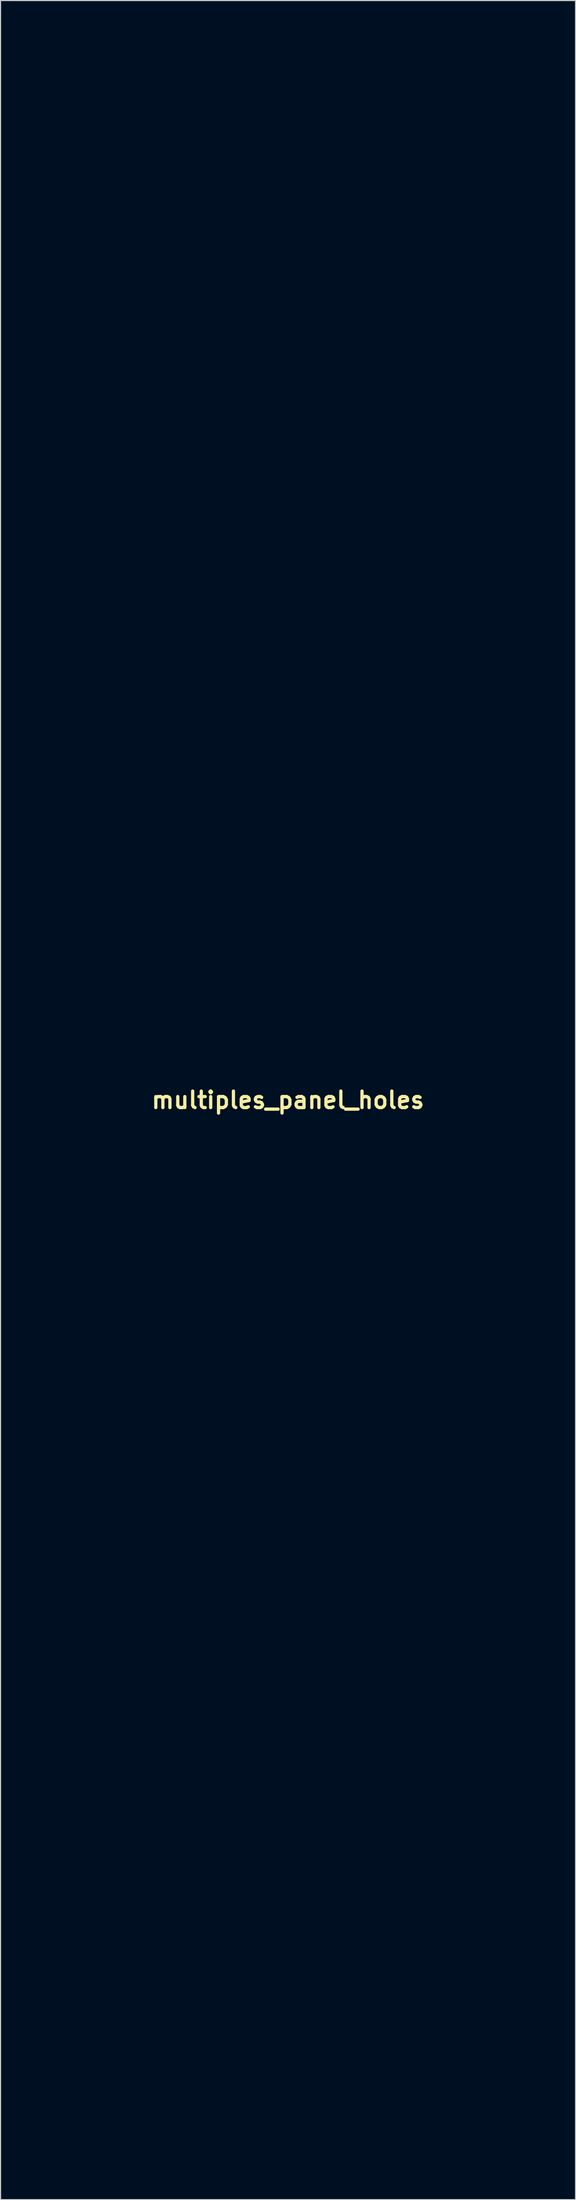
<source format=kicad_pcb>
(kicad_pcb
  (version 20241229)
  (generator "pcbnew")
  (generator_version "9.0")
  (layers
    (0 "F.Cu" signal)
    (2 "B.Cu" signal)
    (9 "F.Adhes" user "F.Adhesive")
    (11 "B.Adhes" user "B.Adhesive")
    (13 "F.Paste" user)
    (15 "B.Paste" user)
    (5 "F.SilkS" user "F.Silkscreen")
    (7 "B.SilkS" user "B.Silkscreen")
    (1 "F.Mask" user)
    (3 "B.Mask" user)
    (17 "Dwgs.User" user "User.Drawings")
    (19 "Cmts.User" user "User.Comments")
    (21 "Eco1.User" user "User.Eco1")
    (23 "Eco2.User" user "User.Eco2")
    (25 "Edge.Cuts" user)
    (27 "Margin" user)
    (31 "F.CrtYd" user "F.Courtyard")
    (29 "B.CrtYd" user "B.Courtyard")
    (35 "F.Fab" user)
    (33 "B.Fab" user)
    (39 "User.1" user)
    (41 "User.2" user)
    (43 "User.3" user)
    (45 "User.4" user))
  (footprint "multiples_panel_holes"
    (layer "F.Cu")
    (at 23.6 98.611)
    (property "Reference" "multiples_panel_holes" (at 0 0 0) (layer "F.SilkS") (effects (font (size 1.524 1.524) (thickness 0.3))))
    (attr through_hole)
    (fp_poly (pts (xy -19.996 -98.605) (xy -19.722 -98.603) (xy -19.462 -98.6) (xy -19.219 -98.597) (xy -19 -98.593) (xy -18.809 -98.587) (xy -18.653 -98.581) (xy -18.535 -98.574) (xy -18.463 -98.566) (xy -18.455 -98.565) (xy -18.194 -98.484) (xy -17.951 -98.36) (xy -17.733 -98.197) (xy -17.545 -98) (xy -17.392 -97.775) (xy -17.278 -97.526) (xy -17.231 -97.364) (xy -17.203 -97.172) (xy -17.199 -96.956) (xy -17.218 -96.737) (xy -17.259 -96.536) (xy -17.28 -96.47) (xy -17.395 -96.219) (xy -17.552 -95.992) (xy -17.746 -95.793) (xy -17.972 -95.626) (xy -18.226 -95.498) (xy -18.288 -95.474) (xy -18.453 -95.415) (xy -20.345 -95.41) (xy -20.71 -95.409) (xy -21.027 -95.409) (xy -21.3 -95.409) (xy -21.533 -95.409) (xy -21.729 -95.411) (xy -21.892 -95.412) (xy -22.025 -95.415) (xy -22.132 -95.418) (xy -22.216 -95.422) (xy -22.281 -95.427) (xy -22.33 -95.433) (xy -22.366 -95.44) (xy -22.377 -95.443) (xy -22.643 -95.538) (xy -22.881 -95.672) (xy -23.089 -95.839) (xy -23.264 -96.034) (xy -23.405 -96.252) (xy -23.508 -96.488) (xy -23.573 -96.738) (xy -23.595 -96.997) (xy -23.574 -97.259) (xy -23.507 -97.521) (xy -23.431 -97.701) (xy -23.289 -97.934) (xy -23.109 -98.141) (xy -22.899 -98.315) (xy -22.664 -98.452) (xy -22.413 -98.546) (xy -22.333 -98.566) (xy -22.268 -98.574) (xy -22.158 -98.581) (xy -22.008 -98.587) (xy -21.823 -98.592) (xy -21.608 -98.597) (xy -21.37 -98.6) (xy -21.112 -98.603) (xy -20.84 -98.605) (xy -20.56 -98.606) (xy -20.277 -98.606) (xy -19.996 -98.605)) (stroke (width 0.01) (type solid)) (fill no) (layer "Eco1.User"))
    (fp_poly (pts (xy 20.762 95.399) (xy 21.038 95.401) (xy 21.302 95.403) (xy 21.55 95.406) (xy 21.776 95.411) (xy 21.976 95.416) (xy 22.143 95.422) (xy 22.273 95.428) (xy 22.36 95.436) (xy 22.391 95.441) (xy 22.66 95.535) (xy 22.902 95.669) (xy 23.113 95.836) (xy 23.292 96.034) (xy 23.435 96.258) (xy 23.54 96.502) (xy 23.602 96.762) (xy 23.62 97.033) (xy 23.59 97.311) (xy 23.585 97.339) (xy 23.506 97.593) (xy 23.384 97.83) (xy 23.224 98.046) (xy 23.032 98.233) (xy 22.814 98.388) (xy 22.575 98.503) (xy 22.365 98.565) (xy 22.301 98.572) (xy 22.192 98.579) (xy 22.043 98.585) (xy 21.859 98.591) (xy 21.645 98.595) (xy 21.407 98.598) (xy 21.15 98.601) (xy 20.879 98.603) (xy 20.599 98.604) (xy 20.316 98.604) (xy 20.035 98.603) (xy 19.761 98.602) (xy 19.499 98.599) (xy 19.255 98.596) (xy 19.034 98.592) (xy 18.842 98.587) (xy 18.682 98.581) (xy 18.562 98.574) (xy 18.485 98.567) (xy 18.471 98.564) (xy 18.216 98.483) (xy 17.977 98.359) (xy 17.761 98.197) (xy 17.574 98.002) (xy 17.421 97.781) (xy 17.308 97.539) (xy 17.259 97.377) (xy 17.233 97.209) (xy 17.223 97.016) (xy 17.231 96.82) (xy 17.255 96.646) (xy 17.26 96.624) (xy 17.346 96.368) (xy 17.475 96.131) (xy 17.643 95.918) (xy 17.842 95.734) (xy 18.069 95.585) (xy 18.318 95.477) (xy 18.447 95.441) (xy 18.508 95.432) (xy 18.615 95.425) (xy 18.762 95.418) (xy 18.943 95.413) (xy 19.155 95.408) (xy 19.391 95.404) (xy 19.647 95.402) (xy 19.917 95.4) (xy 20.196 95.399) (xy 20.48 95.398) (xy 20.762 95.399)) (stroke (width 0.01) (type solid)) (fill no) (layer "Eco1.User"))
    (fp_poly (pts (xy -19.251 95.406) (xy -19.046 95.407) (xy -18.872 95.411) (xy -18.727 95.416) (xy -18.606 95.423) (xy -18.505 95.432) (xy -18.421 95.444) (xy -18.35 95.458) (xy -18.288 95.476) (xy -18.232 95.497) (xy -18.177 95.522) (xy -18.119 95.551) (xy -18.061 95.581) (xy -17.822 95.732) (xy -17.615 95.92) (xy -17.444 96.138) (xy -17.314 96.382) (xy -17.28 96.47) (xy -17.23 96.662) (xy -17.203 96.88) (xy -17.199 97.103) (xy -17.22 97.309) (xy -17.232 97.368) (xy -17.317 97.623) (xy -17.447 97.861) (xy -17.616 98.077) (xy -17.818 98.264) (xy -18.05 98.417) (xy -18.305 98.531) (xy -18.313 98.533) (xy -18.345 98.544) (xy -18.377 98.553) (xy -18.412 98.561) (xy -18.454 98.568) (xy -18.507 98.574) (xy -18.574 98.578) (xy -18.659 98.582) (xy -18.767 98.585) (xy -18.9 98.588) (xy -19.063 98.589) (xy -19.259 98.591) (xy -19.492 98.592) (xy -19.766 98.593) (xy -20.084 98.594) (xy -20.333 98.595) (xy -20.701 98.596) (xy -21.022 98.596) (xy -21.299 98.596) (xy -21.535 98.595) (xy -21.734 98.593) (xy -21.899 98.591) (xy -22.033 98.588) (xy -22.14 98.584) (xy -22.223 98.58) (xy -22.286 98.574) (xy -22.332 98.568) (xy -22.345 98.565) (xy -22.598 98.484) (xy -22.834 98.359) (xy -23.048 98.196) (xy -23.235 98) (xy -23.388 97.777) (xy -23.503 97.532) (xy -23.562 97.326) (xy -23.587 97.132) (xy -23.588 96.916) (xy -23.565 96.702) (xy -23.523 96.52) (xy -23.417 96.266) (xy -23.268 96.035) (xy -23.079 95.831) (xy -22.854 95.657) (xy -22.597 95.518) (xy -22.511 95.482) (xy -22.339 95.415) (xy -20.467 95.408) (xy -20.096 95.407) (xy -19.773 95.406) (xy -19.492 95.405) (xy -19.251 95.406)) (stroke (width 0.01) (type solid)) (fill no) (layer "Eco1.User"))
    (fp_poly (pts (xy 13.194 45.047) (xy 13.658 45.129) (xy 13.754 45.152) (xy 14.216 45.294) (xy 14.662 45.483) (xy 15.09 45.715) (xy 15.496 45.988) (xy 15.874 46.298) (xy 16.221 46.643) (xy 16.533 47.019) (xy 16.791 47.4) (xy 17.025 47.833) (xy 17.215 48.287) (xy 17.36 48.757) (xy 17.458 49.24) (xy 17.51 49.73) (xy 17.513 50.222) (xy 17.468 50.713) (xy 17.422 50.983) (xy 17.3 51.464) (xy 17.131 51.928) (xy 16.918 52.372) (xy 16.662 52.793) (xy 16.366 53.188) (xy 16.031 53.553) (xy 15.661 53.886) (xy 15.256 54.183) (xy 15.253 54.185) (xy 14.824 54.438) (xy 14.375 54.644) (xy 13.908 54.804) (xy 13.426 54.916) (xy 12.93 54.981) (xy 12.423 54.997) (xy 12.192 54.988) (xy 11.702 54.934) (xy 11.223 54.832) (xy 10.76 54.683) (xy 10.314 54.49) (xy 9.889 54.255) (xy 9.488 53.979) (xy 9.114 53.664) (xy 8.771 53.312) (xy 8.46 52.926) (xy 8.191 52.514) (xy 7.966 52.083) (xy 7.786 51.633) (xy 7.652 51.168) (xy 7.564 50.694) (xy 7.521 50.214) (xy 7.523 49.873) (xy 10.02 49.873) (xy 10.02 50.127) (xy 12.395 50.14) (xy 12.395 52.502) (xy 12.649 52.502) (xy 12.649 50.14) (xy 15.011 50.14) (xy 15.011 49.86) (xy 12.649 49.86) (xy 12.649 47.498) (xy 12.395 47.498) (xy 12.395 49.86) (xy 11.208 49.866) (xy 10.02 49.873) (xy 7.523 49.873) (xy 7.523 49.732) (xy 7.572 49.252) (xy 7.665 48.778) (xy 7.804 48.315) (xy 7.989 47.867) (xy 8.191 47.486) (xy 8.469 47.062) (xy 8.783 46.672) (xy 9.132 46.318) (xy 9.512 46.001) (xy 9.921 45.724) (xy 10.357 45.489) (xy 10.816 45.297) (xy 11.296 45.15) (xy 11.303 45.148) (xy 11.76 45.058) (xy 12.235 45.011) (xy 12.716 45.007) (xy 13.194 45.047)) (stroke (width 0.01) (type solid)) (fill no) (layer "Eco1.User"))
    (fp_poly (pts (xy -12.031 -4.983) (xy -11.543 -4.913) (xy -11.306 -4.861) (xy -10.827 -4.718) (xy -10.369 -4.53) (xy -9.934 -4.299) (xy -9.525 -4.027) (xy -9.145 -3.717) (xy -8.797 -3.371) (xy -8.484 -2.992) (xy -8.208 -2.581) (xy -8 -2.197) (xy -7.803 -1.735) (xy -7.654 -1.262) (xy -7.553 -0.782) (xy -7.499 -0.299) (xy -7.493 0.186) (xy -7.534 0.668) (xy -7.622 1.144) (xy -7.755 1.61) (xy -7.934 2.064) (xy -8.159 2.502) (xy -8.429 2.92) (xy -8.604 3.15) (xy -8.725 3.291) (xy -8.876 3.449) (xy -9.042 3.613) (xy -9.213 3.772) (xy -9.376 3.912) (xy -9.487 4) (xy -9.9 4.279) (xy -10.336 4.513) (xy -10.793 4.704) (xy -11.266 4.848) (xy -11.751 4.946) (xy -12.245 4.995) (xy -12.744 4.996) (xy -13.027 4.975) (xy -13.51 4.899) (xy -13.979 4.777) (xy -14.431 4.609) (xy -14.865 4.399) (xy -15.276 4.149) (xy -15.661 3.862) (xy -16.018 3.539) (xy -16.344 3.184) (xy -16.634 2.799) (xy -16.887 2.386) (xy -17.099 1.948) (xy -17.234 1.593) (xy -17.369 1.112) (xy -17.454 0.626) (xy -17.491 0.138) (xy -17.485 -0.127) (xy -14.986 -0.127) (xy -14.986 0.127) (xy -12.624 0.127) (xy -12.624 2.489) (xy -12.37 2.489) (xy -12.37 0.127) (xy -9.982 0.127) (xy -9.982 -0.127) (xy -12.37 -0.127) (xy -12.37 -2.489) (xy -12.624 -2.489) (xy -12.624 -0.127) (xy -14.986 -0.127) (xy -17.485 -0.127) (xy -17.481 -0.348) (xy -17.423 -0.828) (xy -17.32 -1.301) (xy -17.172 -1.761) (xy -16.979 -2.206) (xy -16.743 -2.631) (xy -16.464 -3.035) (xy -16.143 -3.413) (xy -16.04 -3.519) (xy -15.67 -3.856) (xy -15.274 -4.151) (xy -14.853 -4.404) (xy -14.413 -4.614) (xy -13.956 -4.78) (xy -13.486 -4.901) (xy -13.006 -4.976) (xy -12.52 -5.003) (xy -12.031 -4.983)) (stroke (width 0.01) (type solid)) (fill no) (layer "Eco1.User"))
    (fp_poly (pts (xy 21.551 -98.599) (xy 21.756 -98.597) (xy 21.93 -98.594) (xy 22.075 -98.589) (xy 22.197 -98.581) (xy 22.298 -98.572) (xy 22.382 -98.56) (xy 22.454 -98.545) (xy 22.517 -98.528) (xy 22.575 -98.507) (xy 22.631 -98.483) (xy 22.69 -98.454) (xy 22.72 -98.44) (xy 22.95 -98.299) (xy 23.155 -98.121) (xy 23.33 -97.911) (xy 23.467 -97.678) (xy 23.562 -97.43) (xy 23.585 -97.339) (xy 23.619 -97.06) (xy 23.606 -96.788) (xy 23.548 -96.527) (xy 23.447 -96.281) (xy 23.308 -96.055) (xy 23.133 -95.855) (xy 22.924 -95.684) (xy 22.685 -95.547) (xy 22.419 -95.449) (xy 22.391 -95.441) (xy 22.334 -95.434) (xy 22.232 -95.426) (xy 22.089 -95.42) (xy 21.91 -95.415) (xy 21.701 -95.41) (xy 21.467 -95.407) (xy 21.214 -95.404) (xy 20.945 -95.402) (xy 20.666 -95.401) (xy 20.383 -95.4) (xy 20.101 -95.401) (xy 19.824 -95.402) (xy 19.558 -95.405) (xy 19.307 -95.408) (xy 19.078 -95.412) (xy 18.875 -95.416) (xy 18.704 -95.422) (xy 18.569 -95.428) (xy 18.475 -95.436) (xy 18.435 -95.442) (xy 18.182 -95.529) (xy 17.946 -95.659) (xy 17.733 -95.828) (xy 17.55 -96.028) (xy 17.402 -96.255) (xy 17.295 -96.503) (xy 17.259 -96.629) (xy 17.233 -96.796) (xy 17.223 -96.987) (xy 17.231 -97.181) (xy 17.254 -97.355) (xy 17.26 -97.381) (xy 17.344 -97.629) (xy 17.473 -97.863) (xy 17.64 -98.075) (xy 17.84 -98.261) (xy 18.069 -98.413) (xy 18.32 -98.527) (xy 18.339 -98.533) (xy 18.371 -98.544) (xy 18.403 -98.553) (xy 18.438 -98.561) (xy 18.481 -98.568) (xy 18.534 -98.574) (xy 18.603 -98.579) (xy 18.689 -98.582) (xy 18.799 -98.586) (xy 18.934 -98.588) (xy 19.098 -98.59) (xy 19.297 -98.592) (xy 19.533 -98.594) (xy 19.81 -98.595) (xy 20.132 -98.596) (xy 20.336 -98.597) (xy 20.707 -98.599) (xy 21.03 -98.6) (xy 21.31 -98.6) (xy 21.551 -98.599)) (stroke (width 0.01) (type solid)) (fill no) (layer "Eco1.User"))
    (fp_poly (pts (xy -11.963 -29.972) (xy -11.464 -29.897) (xy -11.443 -29.892) (xy -11.024 -29.783) (xy -10.603 -29.63) (xy -10.19 -29.437) (xy -9.794 -29.21) (xy -9.427 -28.953) (xy -9.33 -28.876) (xy -8.957 -28.539) (xy -8.623 -28.17) (xy -8.328 -27.771) (xy -8.074 -27.346) (xy -7.864 -26.896) (xy -7.697 -26.425) (xy -7.577 -25.936) (xy -7.52 -25.578) (xy -7.495 -25.266) (xy -7.493 -24.925) (xy -7.512 -24.572) (xy -7.552 -24.223) (xy -7.612 -23.895) (xy -7.631 -23.812) (xy -7.771 -23.339) (xy -7.956 -22.889) (xy -8.18 -22.463) (xy -8.443 -22.065) (xy -8.74 -21.695) (xy -9.07 -21.356) (xy -9.428 -21.05) (xy -9.814 -20.779) (xy -10.223 -20.544) (xy -10.653 -20.349) (xy -11.101 -20.194) (xy -11.565 -20.082) (xy -12.041 -20.015) (xy -12.526 -19.995) (xy -12.954 -20.017) (xy -13.446 -20.089) (xy -13.925 -20.209) (xy -14.387 -20.374) (xy -14.83 -20.582) (xy -15.25 -20.831) (xy -15.643 -21.12) (xy -16.008 -21.445) (xy -16.34 -21.806) (xy -16.636 -22.199) (xy -16.894 -22.622) (xy -16.899 -22.631) (xy -17.111 -23.079) (xy -17.277 -23.541) (xy -17.395 -24.012) (xy -17.467 -24.49) (xy -17.492 -24.971) (xy -17.485 -25.121) (xy -14.986 -25.121) (xy -14.986 -24.867) (xy -12.624 -24.867) (xy -12.624 -22.504) (xy -12.37 -22.504) (xy -12.37 -24.867) (xy -9.982 -24.867) (xy -9.982 -25.12) (xy -12.357 -25.133) (xy -12.364 -26.321) (xy -12.37 -27.508) (xy -12.624 -27.508) (xy -12.624 -25.121) (xy -14.986 -25.121) (xy -17.485 -25.121) (xy -17.471 -25.451) (xy -17.404 -25.927) (xy -17.292 -26.395) (xy -17.135 -26.852) (xy -16.933 -27.295) (xy -16.687 -27.719) (xy -16.398 -28.122) (xy -16.328 -28.207) (xy -15.99 -28.573) (xy -15.622 -28.901) (xy -15.226 -29.187) (xy -14.807 -29.433) (xy -14.367 -29.636) (xy -13.909 -29.795) (xy -13.436 -29.909) (xy -12.952 -29.977) (xy -12.46 -29.999) (xy -11.963 -29.972)) (stroke (width 0.01) (type solid)) (fill no) (layer "Eco1.User"))
    (fp_poly (pts (xy 12.959 20.017) (xy 13.443 20.084) (xy 13.805 20.167) (xy 14.278 20.318) (xy 14.727 20.512) (xy 15.148 20.746) (xy 15.541 21.016) (xy 15.904 21.32) (xy 16.234 21.655) (xy 16.531 22.019) (xy 16.793 22.408) (xy 17.017 22.82) (xy 17.202 23.252) (xy 17.346 23.701) (xy 17.448 24.164) (xy 17.506 24.639) (xy 17.517 25.122) (xy 17.482 25.612) (xy 17.422 25.984) (xy 17.301 26.463) (xy 17.134 26.922) (xy 16.925 27.36) (xy 16.675 27.775) (xy 16.387 28.162) (xy 16.064 28.52) (xy 15.709 28.846) (xy 15.323 29.137) (xy 14.91 29.39) (xy 14.471 29.604) (xy 14.011 29.774) (xy 13.703 29.86) (xy 13.341 29.931) (xy 12.952 29.976) (xy 12.554 29.996) (xy 12.164 29.987) (xy 11.84 29.956) (xy 11.352 29.865) (xy 10.878 29.726) (xy 10.422 29.541) (xy 9.987 29.312) (xy 9.575 29.042) (xy 9.191 28.731) (xy 8.836 28.383) (xy 8.513 27.998) (xy 8.343 27.76) (xy 8.239 27.592) (xy 8.128 27.391) (xy 8.017 27.172) (xy 7.913 26.949) (xy 7.825 26.738) (xy 7.76 26.562) (xy 7.633 26.091) (xy 7.553 25.605) (xy 7.518 25.113) (xy 7.524 24.867) (xy 10.008 24.867) (xy 10.008 25.12) (xy 11.195 25.127) (xy 12.383 25.133) (xy 12.396 27.508) (xy 12.649 27.508) (xy 12.649 25.121) (xy 15.011 25.121) (xy 15.011 24.867) (xy 12.649 24.867) (xy 12.649 22.504) (xy 12.395 22.504) (xy 12.395 24.867) (xy 10.008 24.867) (xy 7.524 24.867) (xy 7.53 24.62) (xy 7.59 24.133) (xy 7.656 23.812) (xy 7.797 23.338) (xy 7.981 22.887) (xy 8.204 22.463) (xy 8.464 22.067) (xy 8.759 21.7) (xy 9.084 21.364) (xy 9.438 21.061) (xy 9.818 20.792) (xy 10.221 20.56) (xy 10.644 20.365) (xy 11.084 20.21) (xy 11.538 20.096) (xy 12.004 20.024) (xy 12.479 19.998) (xy 12.959 20.017)) (stroke (width 0.01) (type solid)) (fill no) (layer "Eco1.User"))
    (fp_poly (pts (xy -11.968 70.026) (xy -11.484 70.099) (xy -11.007 70.22) (xy -10.922 70.247) (xy -10.738 70.315) (xy -10.528 70.404) (xy -10.307 70.508) (xy -10.09 70.618) (xy -9.891 70.729) (xy -9.729 70.829) (xy -9.319 71.134) (xy -8.947 71.473) (xy -8.613 71.843) (xy -8.319 72.242) (xy -8.067 72.668) (xy -7.857 73.118) (xy -7.692 73.589) (xy -7.573 74.08) (xy -7.52 74.421) (xy -7.495 74.734) (xy -7.493 75.075) (xy -7.512 75.428) (xy -7.552 75.776) (xy -7.612 76.104) (xy -7.631 76.187) (xy -7.771 76.661) (xy -7.956 77.111) (xy -8.18 77.537) (xy -8.443 77.935) (xy -8.74 78.305) (xy -9.07 78.644) (xy -9.428 78.95) (xy -9.814 79.221) (xy -10.223 79.456) (xy -10.653 79.651) (xy -11.101 79.806) (xy -11.565 79.918) (xy -12.041 79.985) (xy -12.527 80.005) (xy -12.954 79.982) (xy -13.445 79.911) (xy -13.922 79.792) (xy -14.38 79.63) (xy -14.818 79.425) (xy -15.232 79.181) (xy -15.62 78.899) (xy -15.979 78.582) (xy -16.307 78.232) (xy -16.6 77.851) (xy -16.857 77.442) (xy -17.073 77.007) (xy -17.248 76.549) (xy -17.32 76.302) (xy -17.428 75.804) (xy -17.485 75.307) (xy -17.49 74.879) (xy -14.986 74.879) (xy -14.986 75.133) (xy -12.624 75.133) (xy -12.624 77.495) (xy -12.37 77.495) (xy -12.37 75.133) (xy -9.982 75.133) (xy -9.982 74.88) (xy -12.357 74.867) (xy -12.364 73.679) (xy -12.37 72.492) (xy -12.624 72.492) (xy -12.624 74.879) (xy -14.986 74.879) (xy -17.49 74.879) (xy -17.491 74.812) (xy -17.446 74.317) (xy -17.351 73.824) (xy -17.231 73.412) (xy -17.05 72.945) (xy -16.824 72.502) (xy -16.556 72.087) (xy -16.247 71.7) (xy -15.898 71.343) (xy -15.509 71.017) (xy -15.215 70.808) (xy -14.796 70.562) (xy -14.355 70.359) (xy -13.896 70.201) (xy -13.424 70.089) (xy -12.942 70.021) (xy -12.455 70) (xy -11.968 70.026)) (stroke (width 0.01) (type solid)) (fill no) (layer "Eco1.User"))
    (fp_poly (pts (xy 12.878 -4.989) (xy 13.354 -4.931) (xy 13.82 -4.828) (xy 14.273 -4.681) (xy 14.709 -4.493) (xy 15.125 -4.264) (xy 15.519 -3.996) (xy 15.887 -3.691) (xy 16.227 -3.35) (xy 16.535 -2.974) (xy 16.809 -2.565) (xy 17.041 -2.134) (xy 17.229 -1.68) (xy 17.37 -1.212) (xy 17.464 -0.734) (xy 17.511 -0.248) (xy 17.511 0.24) (xy 17.464 0.726) (xy 17.37 1.206) (xy 17.229 1.676) (xy 17.044 2.126) (xy 16.81 2.564) (xy 16.537 2.972) (xy 16.229 3.347) (xy 15.889 3.689) (xy 15.52 3.995) (xy 15.124 4.264) (xy 14.705 4.494) (xy 14.267 4.684) (xy 13.811 4.831) (xy 13.341 4.934) (xy 12.861 4.991) (xy 12.373 5.001) (xy 11.913 4.965) (xy 11.544 4.907) (xy 11.197 4.826) (xy 10.853 4.717) (xy 10.543 4.595) (xy 10.119 4.389) (xy 9.711 4.138) (xy 9.325 3.845) (xy 8.965 3.516) (xy 8.637 3.154) (xy 8.345 2.764) (xy 8.307 2.705) (xy 8.14 2.424) (xy 7.984 2.108) (xy 7.843 1.772) (xy 7.725 1.434) (xy 7.636 1.109) (xy 7.621 1.038) (xy 7.573 0.779) (xy 7.541 0.535) (xy 7.524 0.285) (xy 7.518 0.007) (xy 7.518 0) (xy 7.522 -0.127) (xy 10.008 -0.127) (xy 10.008 0.127) (xy 12.395 0.127) (xy 12.395 2.489) (xy 12.649 2.489) (xy 12.649 0.127) (xy 15.011 0.127) (xy 15.011 -0.127) (xy 12.649 -0.127) (xy 12.649 -2.489) (xy 12.395 -2.489) (xy 12.395 -0.127) (xy 10.008 -0.127) (xy 7.522 -0.127) (xy 7.53 -0.389) (xy 7.569 -0.751) (xy 7.636 -1.105) (xy 7.735 -1.467) (xy 7.773 -1.584) (xy 7.952 -2.045) (xy 8.175 -2.482) (xy 8.438 -2.893) (xy 8.739 -3.275) (xy 9.075 -3.626) (xy 9.443 -3.943) (xy 9.841 -4.223) (xy 10.264 -4.465) (xy 10.712 -4.665) (xy 11.18 -4.82) (xy 11.417 -4.88) (xy 11.907 -4.965) (xy 12.395 -5.001) (xy 12.878 -4.989)) (stroke (width 0.01) (type solid)) (fill no) (layer "Eco1.User"))
    (fp_poly (pts (xy 13.018 70.026) (xy 13.498 70.097) (xy 13.96 70.211) (xy 14.403 70.367) (xy 14.824 70.562) (xy 15.222 70.793) (xy 15.594 71.058) (xy 15.939 71.355) (xy 16.255 71.682) (xy 16.541 72.035) (xy 16.794 72.412) (xy 17.012 72.811) (xy 17.193 73.23) (xy 17.337 73.665) (xy 17.44 74.115) (xy 17.501 74.578) (xy 17.519 75.049) (xy 17.49 75.528) (xy 17.414 76.012) (xy 17.337 76.332) (xy 17.182 76.801) (xy 16.984 77.248) (xy 16.744 77.67) (xy 16.465 78.065) (xy 16.151 78.431) (xy 15.804 78.765) (xy 15.426 79.065) (xy 15.021 79.327) (xy 14.592 79.55) (xy 14.141 79.732) (xy 13.671 79.869) (xy 13.271 79.946) (xy 13.102 79.967) (xy 12.903 79.983) (xy 12.688 79.993) (xy 12.474 79.998) (xy 12.273 79.997) (xy 12.102 79.989) (xy 12.04 79.983) (xy 11.532 79.903) (xy 11.042 79.777) (xy 10.573 79.605) (xy 10.126 79.39) (xy 9.704 79.133) (xy 9.31 78.835) (xy 8.945 78.499) (xy 8.613 78.125) (xy 8.315 77.716) (xy 8.217 77.559) (xy 7.989 77.135) (xy 7.806 76.689) (xy 7.667 76.226) (xy 7.573 75.75) (xy 7.524 75.266) (xy 7.522 74.88) (xy 10.008 74.88) (xy 10.008 75.133) (xy 12.395 75.133) (xy 12.395 77.495) (xy 12.649 77.495) (xy 12.649 75.133) (xy 15.011 75.133) (xy 15.011 74.879) (xy 12.649 74.879) (xy 12.649 72.492) (xy 12.396 72.492) (xy 12.383 74.867) (xy 10.008 74.88) (xy 7.522 74.88) (xy 7.521 74.778) (xy 7.565 74.292) (xy 7.655 73.811) (xy 7.76 73.438) (xy 7.828 73.252) (xy 7.918 73.04) (xy 8.022 72.817) (xy 8.133 72.598) (xy 8.244 72.399) (xy 8.343 72.24) (xy 8.647 71.832) (xy 8.985 71.46) (xy 9.352 71.128) (xy 9.747 70.835) (xy 10.167 70.584) (xy 10.61 70.376) (xy 11.072 70.213) (xy 11.551 70.095) (xy 12.045 70.024) (xy 12.522 70.002) (xy 13.018 70.026)) (stroke (width 0.01) (type solid)) (fill no) (layer "Eco1.User"))
    (fp_poly (pts (xy 13.018 -29.973) (xy 13.498 -29.903) (xy 13.96 -29.789) (xy 14.403 -29.633) (xy 14.824 -29.438) (xy 15.222 -29.207) (xy 15.594 -28.942) (xy 15.939 -28.645) (xy 16.256 -28.318) (xy 16.541 -27.965) (xy 16.794 -27.588) (xy 17.012 -27.189) (xy 17.193 -26.77) (xy 17.337 -26.334) (xy 17.44 -25.884) (xy 17.501 -25.422) (xy 17.519 -24.95) (xy 17.49 -24.472) (xy 17.414 -23.988) (xy 17.337 -23.668) (xy 17.183 -23.201) (xy 16.985 -22.756) (xy 16.746 -22.335) (xy 16.468 -21.94) (xy 16.154 -21.575) (xy 15.809 -21.241) (xy 15.433 -20.941) (xy 15.03 -20.678) (xy 14.603 -20.455) (xy 14.155 -20.273) (xy 13.688 -20.135) (xy 13.265 -20.053) (xy 13.083 -20.031) (xy 12.873 -20.015) (xy 12.651 -20.005) (xy 12.431 -20.001) (xy 12.229 -20.004) (xy 12.061 -20.014) (xy 12.04 -20.016) (xy 11.533 -20.096) (xy 11.044 -20.223) (xy 10.575 -20.394) (xy 10.128 -20.609) (xy 9.706 -20.866) (xy 9.312 -21.163) (xy 8.948 -21.498) (xy 8.616 -21.871) (xy 8.319 -22.279) (xy 8.216 -22.441) (xy 7.989 -22.866) (xy 7.805 -23.313) (xy 7.666 -23.777) (xy 7.572 -24.254) (xy 7.524 -24.738) (xy 7.522 -25.12) (xy 10.008 -25.12) (xy 10.008 -24.867) (xy 12.395 -24.867) (xy 12.395 -22.504) (xy 12.649 -22.504) (xy 12.649 -24.867) (xy 15.011 -24.867) (xy 15.011 -25.121) (xy 12.649 -25.121) (xy 12.649 -27.508) (xy 12.396 -27.508) (xy 12.383 -25.133) (xy 10.008 -25.12) (xy 7.522 -25.12) (xy 7.521 -25.226) (xy 7.566 -25.713) (xy 7.657 -26.195) (xy 7.76 -26.562) (xy 7.828 -26.748) (xy 7.918 -26.96) (xy 8.022 -27.183) (xy 8.133 -27.401) (xy 8.244 -27.601) (xy 8.343 -27.76) (xy 8.647 -28.168) (xy 8.985 -28.54) (xy 9.352 -28.872) (xy 9.747 -29.165) (xy 10.167 -29.416) (xy 10.61 -29.623) (xy 11.072 -29.787) (xy 11.551 -29.905) (xy 12.045 -29.975) (xy 12.522 -29.997) (xy 13.018 -29.973)) (stroke (width 0.01) (type solid)) (fill no) (layer "Eco1.User"))
    (fp_poly (pts (xy -12.098 20.014) (xy -11.63 20.074) (xy -11.167 20.178) (xy -10.713 20.326) (xy -10.27 20.52) (xy -9.843 20.758) (xy -9.434 21.042) (xy -9.331 21.123) (xy -8.962 21.454) (xy -8.632 21.815) (xy -8.341 22.205) (xy -8.091 22.619) (xy -7.883 23.055) (xy -7.718 23.509) (xy -7.597 23.978) (xy -7.521 24.459) (xy -7.492 24.948) (xy -7.51 25.443) (xy -7.577 25.94) (xy -7.596 26.035) (xy -7.706 26.461) (xy -7.861 26.888) (xy -8.056 27.306) (xy -8.286 27.705) (xy -8.547 28.076) (xy -8.614 28.16) (xy -8.952 28.535) (xy -9.322 28.87) (xy -9.722 29.165) (xy -10.15 29.419) (xy -10.606 29.63) (xy -11.087 29.799) (xy -11.593 29.924) (xy -11.659 29.936) (xy -11.793 29.955) (xy -11.965 29.97) (xy -12.164 29.98) (xy -12.377 29.986) (xy -12.593 29.988) (xy -12.799 29.985) (xy -12.984 29.977) (xy -13.135 29.964) (xy -13.165 29.96) (xy -13.66 29.864) (xy -14.137 29.722) (xy -14.595 29.536) (xy -15.029 29.308) (xy -15.438 29.039) (xy -15.818 28.732) (xy -16.166 28.389) (xy -16.481 28.012) (xy -16.759 27.602) (xy -16.983 27.192) (xy -17.181 26.73) (xy -17.33 26.259) (xy -17.431 25.781) (xy -17.485 25.3) (xy -17.491 24.867) (xy -14.986 24.867) (xy -14.986 25.121) (xy -12.624 25.121) (xy -12.624 27.508) (xy -12.37 27.508) (xy -12.364 26.321) (xy -12.357 25.133) (xy -11.17 25.127) (xy -9.982 25.12) (xy -9.982 24.867) (xy -12.37 24.867) (xy -12.37 22.504) (xy -12.624 22.504) (xy -12.624 24.867) (xy -14.986 24.867) (xy -17.491 24.867) (xy -17.491 24.819) (xy -17.451 24.341) (xy -17.365 23.87) (xy -17.234 23.409) (xy -17.058 22.96) (xy -16.837 22.528) (xy -16.573 22.114) (xy -16.265 21.723) (xy -16.013 21.453) (xy -15.643 21.12) (xy -15.25 20.829) (xy -14.836 20.582) (xy -14.404 20.378) (xy -13.958 20.217) (xy -13.502 20.101) (xy -13.037 20.028) (xy -12.568 19.999) (xy -12.098 20.014)) (stroke (width 0.01) (type solid)) (fill no) (layer "Eco1.User"))
    (fp_poly (pts (xy -12.264 45.011) (xy -12.027 45.023) (xy -11.822 45.043) (xy -11.801 45.046) (xy -11.31 45.14) (xy -10.835 45.281) (xy -10.381 45.466) (xy -9.949 45.693) (xy -9.543 45.96) (xy -9.165 46.264) (xy -8.818 46.604) (xy -8.505 46.978) (xy -8.228 47.382) (xy -7.991 47.816) (xy -7.85 48.135) (xy -7.688 48.606) (xy -7.574 49.08) (xy -7.509 49.556) (xy -7.489 50.03) (xy -7.515 50.5) (xy -7.584 50.962) (xy -7.695 51.414) (xy -7.847 51.853) (xy -8.039 52.275) (xy -8.269 52.679) (xy -8.536 53.06) (xy -8.839 53.416) (xy -9.176 53.745) (xy -9.545 54.042) (xy -9.947 54.306) (xy -10.378 54.533) (xy -10.838 54.721) (xy -10.874 54.733) (xy -11.314 54.862) (xy -11.758 54.948) (xy -12.216 54.991) (xy -12.696 54.993) (xy -12.814 54.988) (xy -13.295 54.936) (xy -13.767 54.836) (xy -14.227 54.69) (xy -14.67 54.5) (xy -15.094 54.268) (xy -15.495 53.996) (xy -15.868 53.686) (xy -16.212 53.341) (xy -16.522 52.962) (xy -16.765 52.6) (xy -16.953 52.257) (xy -17.121 51.883) (xy -17.262 51.496) (xy -17.369 51.113) (xy -17.398 50.979) (xy -17.47 50.486) (xy -17.493 49.99) (xy -17.486 49.86) (xy -14.986 49.86) (xy -14.986 50.14) (xy -12.624 50.14) (xy -12.624 52.502) (xy -12.37 52.502) (xy -12.37 50.14) (xy -9.995 50.127) (xy -9.995 49.873) (xy -11.182 49.866) (xy -12.37 49.86) (xy -12.37 47.498) (xy -12.624 47.498) (xy -12.624 49.86) (xy -14.986 49.86) (xy -17.486 49.86) (xy -17.467 49.497) (xy -17.393 49.01) (xy -17.272 48.533) (xy -17.105 48.069) (xy -16.892 47.623) (xy -16.635 47.197) (xy -16.49 46.993) (xy -16.375 46.851) (xy -16.233 46.689) (xy -16.075 46.522) (xy -15.914 46.36) (xy -15.76 46.217) (xy -15.647 46.12) (xy -15.238 45.822) (xy -14.804 45.567) (xy -14.348 45.357) (xy -13.874 45.194) (xy -13.385 45.078) (xy -13.196 45.047) (xy -12.998 45.025) (xy -12.765 45.012) (xy -12.515 45.007) (xy -12.264 45.011)) (stroke (width 0.01) (type solid)) (fill no) (layer "Eco1.User")))
  (gr_rect
    (start -3 -3)
    (end 50.225 200.22)
    (stroke (width 0.1) (type default))
    (fill no)
    (layer "Edge.Cuts")))
</source>
